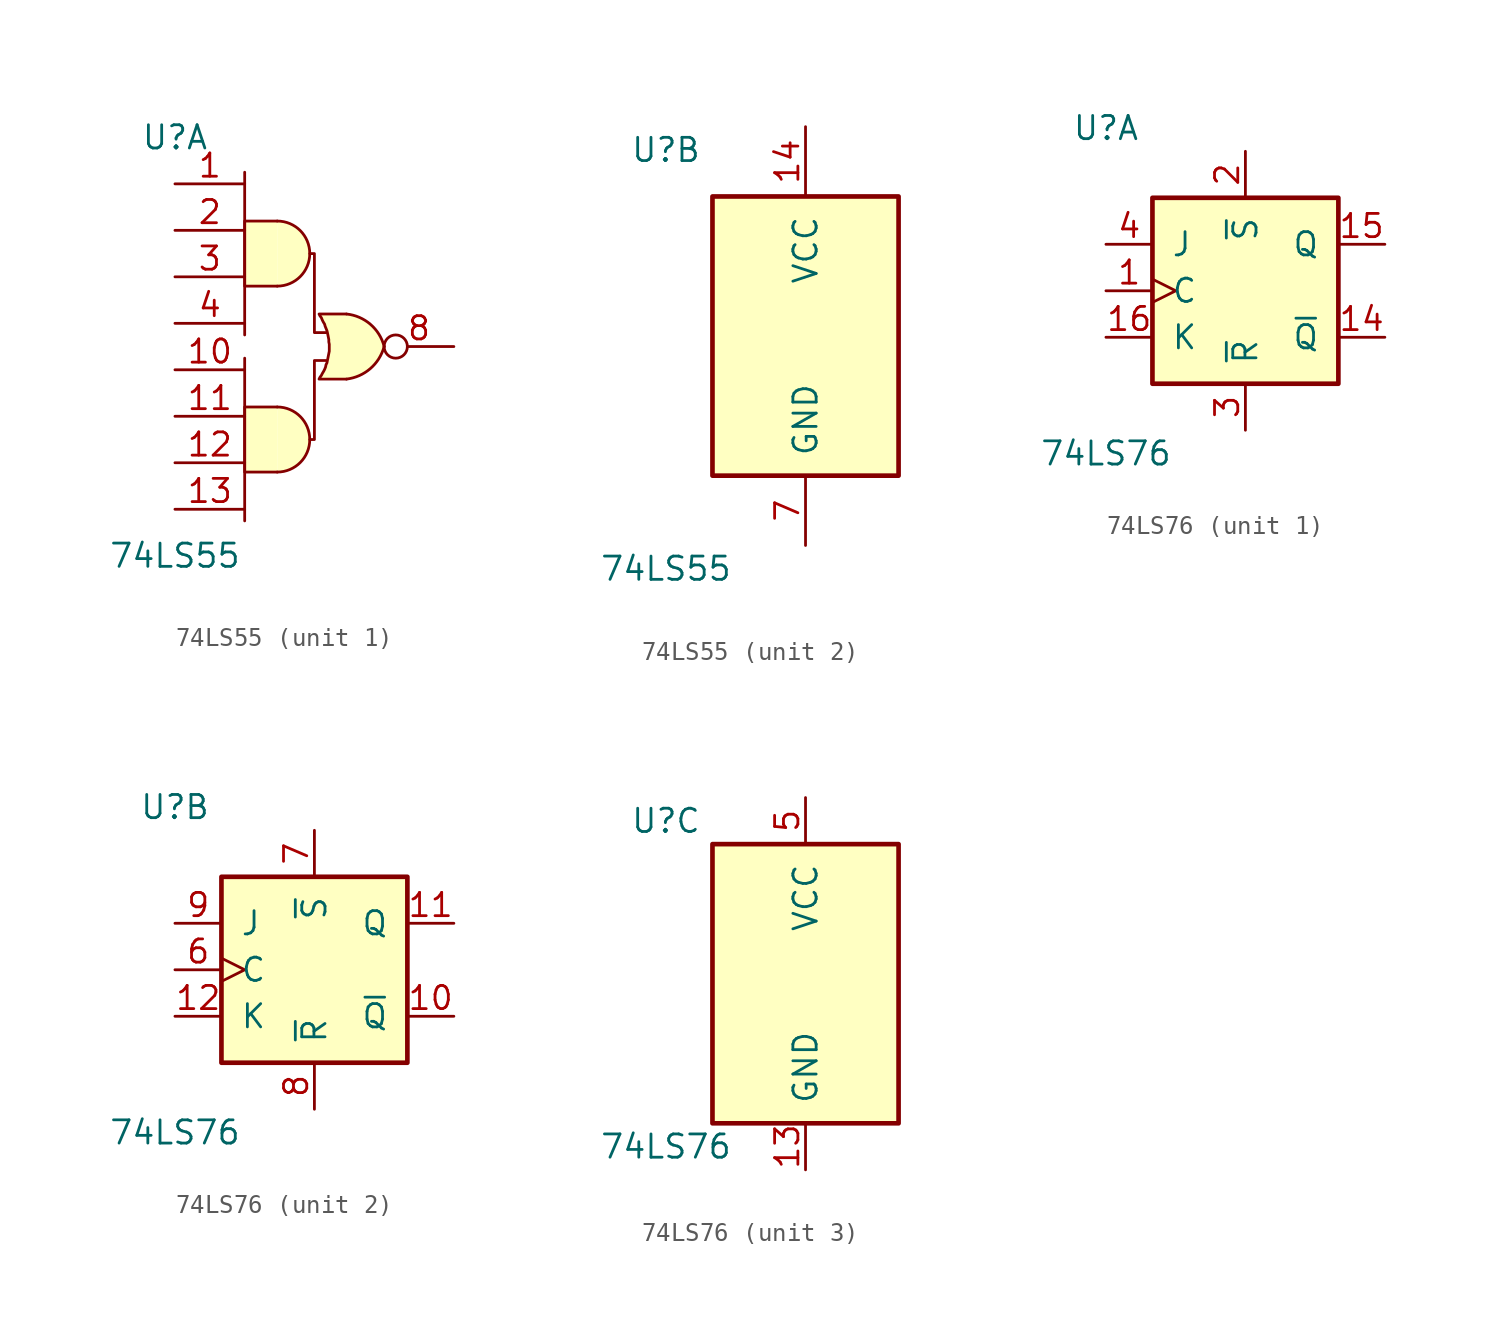
<source format=kicad_sym>
(kicad_symbol_lib
  (version 20201005)
  (generator kicad_symbol_editor)
  (symbol "74LS55"
    (pin_names
      (offset 1.016))
    (property "Reference" "U"
      (at -7.62 10.16 0)
      (effects (font (size 1.27 1.27))))
    (property "Value" "74LS55"
      (at -7.62 -12.7 0)
      (effects (font (size 1.27 1.27))))
    (property "ki_locked" ""
      (at 0 0 0)
      (effects (font (size 1.27 1.27))))
    (symbol "74LS55_1_0"
      (arc (start -2.032 -8.128) (end -2.032 -4.572) (radius (at -2.032 -6.35) (length 1.778) (angles -89.9 89.9)) (stroke (width 0)) (fill (type background)))
      (arc (start -2.032 2.032) (end -2.032 5.588) (radius (at -2.032 3.81) (length 1.778) (angles -89.9 89.9)) (stroke (width 0)) (fill (type background)))
      (arc (start 3.81 -1.27) (end 1.7526 0.508) (radius (at 1.4986 -1.8796) (length 2.413) (angles 15 83.7)) (stroke (width 0.1524)) (fill (type background)))
      (arc (start 3.81 -1.27) (end 1.7526 -3.048) (radius (at 1.4986 -0.6604) (length 2.413) (angles -15 -83.7)) (stroke (width 0.1524)) (fill (type background)))
      (polyline (pts (xy -3.81 -1.905) (xy -3.81 -10.795)) (stroke (width 0)) (fill (type none)))
      (polyline (pts (xy -3.81 8.255) (xy -3.81 -0.635)) (stroke (width 0)) (fill (type none)))
      (polyline (pts (xy -2.032 -4.572) (xy -3.81 -4.572) (xy -3.81 -8.128) (xy -2.032 -8.128)) (stroke (width 0)) (fill (type background)))
      (polyline (pts (xy -2.032 5.588) (xy -3.81 5.588) (xy -3.81 2.032) (xy -2.032 2.032)) (stroke (width 0)) (fill (type background)))
      (polyline (pts (xy -0.254 3.81) (xy 0 3.81) (xy 0 -0.508) (xy 0.635 -0.508)) (stroke (width 0)) (fill (type none)))
      (polyline (pts (xy 0.635 -2.032) (xy 0 -2.032) (xy 0 -6.35) (xy -0.254 -6.35)) (stroke (width 0)) (fill (type none)))
      (polyline (pts (xy 1.753 0.508) (xy 0.254 0.508) (xy 0.254 0.508) (xy 0.305 0.406) (xy 0.381 0.305) (xy 0.432 0.178) (xy 0.483 0.076) (xy 0.559 -0.051) (xy 0.584 -0.152) (xy 0.635 -0.279) (xy 0.686 -0.406) (xy 0.711 -0.508) (xy 0.737 -0.635) (xy 0.762 -0.762) (xy 0.787 -0.889) (xy 0.787 -1.016) (xy 0.813 -1.143) (xy 0.813 -1.27) (xy 0.813 -1.397) (xy 0.813 -1.524) (xy 0.787 -1.651) (xy 0.762 -1.778) (xy 0.737 -1.905) (xy 0.711 -2.032) (xy 0.686 -2.159) (xy 0.635 -2.261) (xy 0.61 -2.388) (xy 0.559 -2.515) (xy 0.508 -2.616) (xy 0.432 -2.743) (xy 0.381 -2.845) (xy 0.305 -2.946) (xy 0.254 -3.048) (xy 0.254 -3.048) (xy 1.753 -3.048)) (stroke (width 0.152)) (fill (type background)))
      (pin input line (at -7.62 7.62 0) (length 3.81) (name "~" (effects (font (size 1.27 1.27)))) (number "1" (effects (font (size 1.27 1.27)))))
      (pin input line (at -7.62 -2.54 0) (length 3.81) (name "~" (effects (font (size 1.27 1.27)))) (number "10" (effects (font (size 1.27 1.27)))))
      (pin input line (at -7.62 -5.08 0) (length 3.81) (name "~" (effects (font (size 1.27 1.27)))) (number "11" (effects (font (size 1.27 1.27)))))
      (pin input line (at -7.62 -7.62 0) (length 3.81) (name "~" (effects (font (size 1.27 1.27)))) (number "12" (effects (font (size 1.27 1.27)))))
      (pin input line (at -7.62 -10.16 0) (length 3.81) (name "~" (effects (font (size 1.27 1.27)))) (number "13" (effects (font (size 1.27 1.27)))))
      (pin input line (at -7.62 5.08 0) (length 3.81) (name "~" (effects (font (size 1.27 1.27)))) (number "2" (effects (font (size 1.27 1.27)))))
      (pin input line (at -7.62 2.54 0) (length 3.81) (name "~" (effects (font (size 1.27 1.27)))) (number "3" (effects (font (size 1.27 1.27)))))
      (pin input line (at -7.62 0 0) (length 3.81) (name "~" (effects (font (size 1.27 1.27)))) (number "4" (effects (font (size 1.27 1.27)))))
      (pin output inverted (at 7.62 -1.27 180) (length 3.81) (name "~" (effects (font (size 1.27 1.27)))) (number "8" (effects (font (size 1.27 1.27))))))
    (symbol "74LS55_2_0"
      (pin power_in line (at 0 11.43 270) (length 3.81) (name "VCC" (effects (font (size 1.27 1.27)))) (number "14" (effects (font (size 1.27 1.27)))))
      (pin power_in line (at 0 -11.43 90) (length 3.81) (name "GND" (effects (font (size 1.27 1.27)))) (number "7" (effects (font (size 1.27 1.27))))))
    (symbol "74LS55_2_1"
      (rectangle (start -5.08 7.62) (end 5.08 -7.62) (stroke (width 0.254)) (fill (type background)))))
  (symbol "74LS76"
    (pin_names
      (offset 1.016))
    (property "Reference" "U"
      (at -7.62 8.89 0)
      (effects (font (size 1.27 1.27))))
    (property "Value" "74LS76"
      (at -7.62 -8.89 0)
      (effects (font (size 1.27 1.27))))
    (property "ki_locked" ""
      (at 0 0 0)
      (effects (font (size 1.27 1.27))))
    (symbol "74LS76_1_0"
      (pin input clock (at -7.62 0 0) (length 2.54) (name "C" (effects (font (size 1.27 1.27)))) (number "1" (effects (font (size 1.27 1.27)))))
      (pin output line (at 7.62 -2.54 180) (length 2.54) (name "~Q" (effects (font (size 1.27 1.27)))) (number "14" (effects (font (size 1.27 1.27)))))
      (pin output line (at 7.62 2.54 180) (length 2.54) (name "Q" (effects (font (size 1.27 1.27)))) (number "15" (effects (font (size 1.27 1.27)))))
      (pin input line (at -7.62 -2.54 0) (length 2.54) (name "K" (effects (font (size 1.27 1.27)))) (number "16" (effects (font (size 1.27 1.27)))))
      (pin input line (at 0 7.62 270) (length 2.54) (name "~S" (effects (font (size 1.27 1.27)))) (number "2" (effects (font (size 1.27 1.27)))))
      (pin input line (at 0 -7.62 90) (length 2.54) (name "~R" (effects (font (size 1.27 1.27)))) (number "3" (effects (font (size 1.27 1.27)))))
      (pin input line (at -7.62 2.54 0) (length 2.54) (name "J" (effects (font (size 1.27 1.27)))) (number "4" (effects (font (size 1.27 1.27))))))
    (symbol "74LS76_1_1"
      (rectangle (start -5.08 5.08) (end 5.08 -5.08) (stroke (width 0.254)) (fill (type background))))
    (symbol "74LS76_2_0"
      (pin output line (at 7.62 -2.54 180) (length 2.54) (name "~Q" (effects (font (size 1.27 1.27)))) (number "10" (effects (font (size 1.27 1.27)))))
      (pin output line (at 7.62 2.54 180) (length 2.54) (name "Q" (effects (font (size 1.27 1.27)))) (number "11" (effects (font (size 1.27 1.27)))))
      (pin input line (at -7.62 -2.54 0) (length 2.54) (name "K" (effects (font (size 1.27 1.27)))) (number "12" (effects (font (size 1.27 1.27)))))
      (pin input clock (at -7.62 0 0) (length 2.54) (name "C" (effects (font (size 1.27 1.27)))) (number "6" (effects (font (size 1.27 1.27)))))
      (pin input line (at 0 7.62 270) (length 2.54) (name "~S" (effects (font (size 1.27 1.27)))) (number "7" (effects (font (size 1.27 1.27)))))
      (pin input line (at 0 -7.62 90) (length 2.54) (name "~R" (effects (font (size 1.27 1.27)))) (number "8" (effects (font (size 1.27 1.27)))))
      (pin input line (at -7.62 2.54 0) (length 2.54) (name "J" (effects (font (size 1.27 1.27)))) (number "9" (effects (font (size 1.27 1.27))))))
    (symbol "74LS76_2_1"
      (rectangle (start -5.08 5.08) (end 5.08 -5.08) (stroke (width 0.254)) (fill (type background))))
    (symbol "74LS76_3_0"
      (pin power_in line (at 0 -10.16 90) (length 2.54) (name "GND" (effects (font (size 1.27 1.27)))) (number "13" (effects (font (size 1.27 1.27)))))
      (pin power_in line (at 0 10.16 270) (length 2.54) (name "VCC" (effects (font (size 1.27 1.27)))) (number "5" (effects (font (size 1.27 1.27))))))
    (symbol "74LS76_3_1"
      (rectangle (start -5.08 7.62) (end 5.08 -7.62) (stroke (width 0.254)) (fill (type background))))))
</source>
